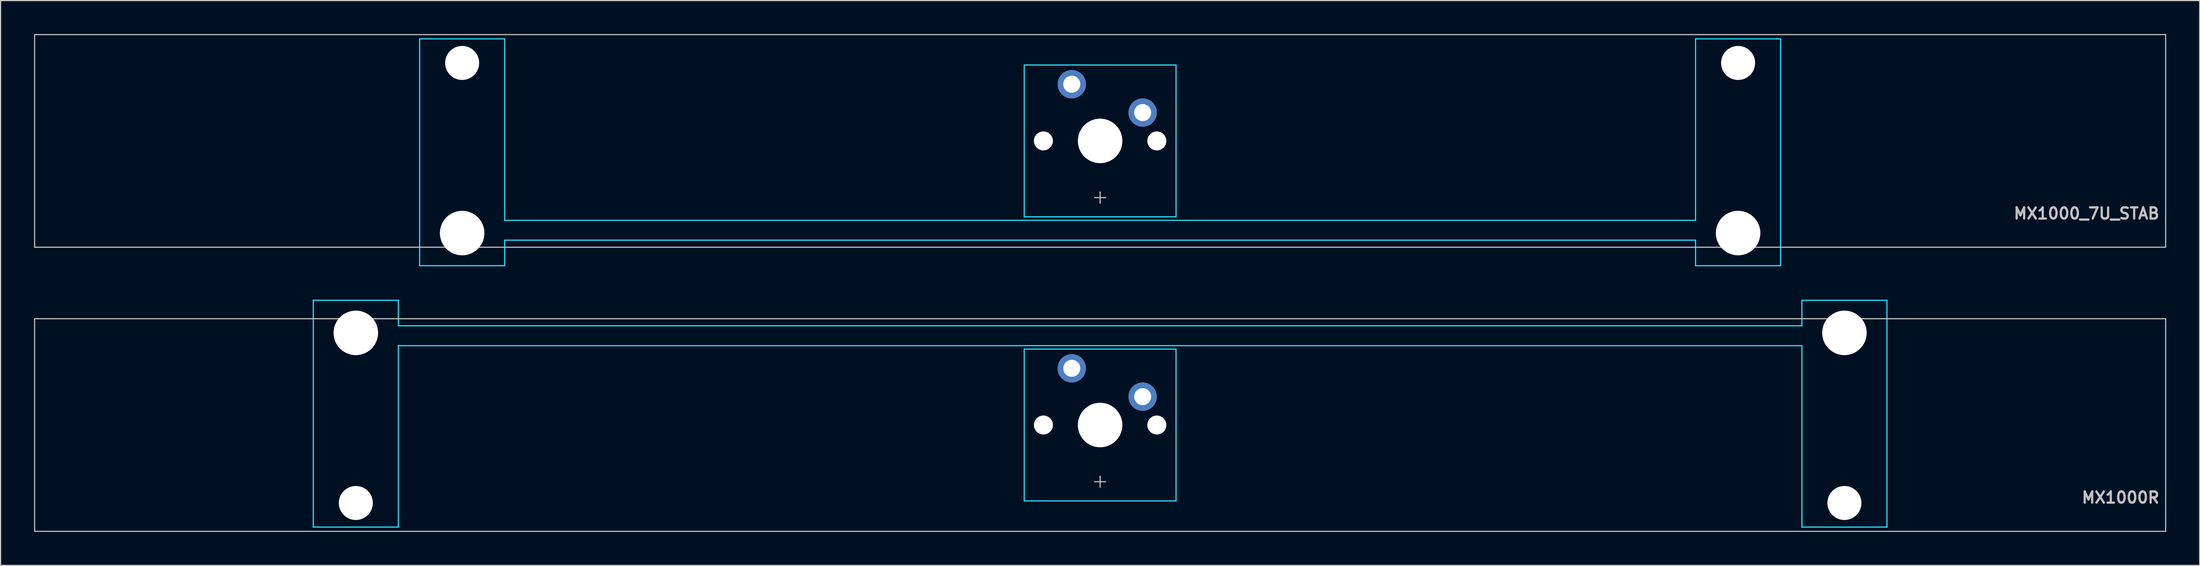
<source format=kicad_pcb>
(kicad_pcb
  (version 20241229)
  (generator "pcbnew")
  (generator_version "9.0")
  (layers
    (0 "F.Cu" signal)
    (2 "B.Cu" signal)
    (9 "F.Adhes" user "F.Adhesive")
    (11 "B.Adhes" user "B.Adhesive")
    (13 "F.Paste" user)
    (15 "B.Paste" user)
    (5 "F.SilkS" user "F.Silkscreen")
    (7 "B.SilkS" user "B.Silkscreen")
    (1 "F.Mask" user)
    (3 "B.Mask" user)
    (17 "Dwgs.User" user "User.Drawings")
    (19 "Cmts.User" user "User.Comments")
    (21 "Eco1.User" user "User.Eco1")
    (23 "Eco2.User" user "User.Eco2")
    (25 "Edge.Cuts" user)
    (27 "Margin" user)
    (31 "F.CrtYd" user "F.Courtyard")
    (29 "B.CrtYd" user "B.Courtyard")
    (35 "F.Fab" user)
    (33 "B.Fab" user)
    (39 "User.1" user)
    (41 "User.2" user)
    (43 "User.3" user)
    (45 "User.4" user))
  (footprint "MX1000_7U_STAB"
    (layer "F.Cu")
    (at 95.5 9.575)
    (property "Reference" "MX1000_7U_STAB" (at 95 6.5 0) (unlocked yes) (layer "Dwgs.User") (effects (font (size 1 1) (thickness 0.2)) (justify right)))
    (attr smd)
    (fp_line (start -95.45 -9.525) (end -95.45 9.525) (stroke (width 0.1) (type solid)) (layer "Dwgs.User"))
    (fp_line (start -95.45 -9.525) (end 95.45 -9.525) (stroke (width 0.1) (type solid)) (layer "Dwgs.User"))
    (fp_line (start -95.45 9.525) (end 95.45 9.525) (stroke (width 0.1) (type solid)) (layer "Dwgs.User"))
    (fp_line (start -0.5 5.08) (end 0.5 5.08) (stroke (width 0.1) (type solid)) (layer "Dwgs.User"))
    (fp_line (start 0 5.58) (end 0 4.58) (stroke (width 0.1) (type solid)) (layer "Dwgs.User"))
    (fp_line (start 95.45 -9.525) (end 95.45 9.525) (stroke (width 0.1) (type solid)) (layer "Dwgs.User"))
    (fp_line (start -60.65 -5.485) (end -60.65 8.515) (stroke (width 0.1) (type solid)) (layer "Eco1.User"))
    (fp_line (start -60.15 -5.985) (end -54.15 -5.985) (stroke (width 0.1) (type solid)) (layer "Eco1.User"))
    (fp_line (start -54.15 9.015) (end -60.15 9.015) (stroke (width 0.1) (type solid)) (layer "Eco1.User"))
    (fp_line (start -53.65 8.515) (end -53.65 -5.485) (stroke (width 0.1) (type solid)) (layer "Eco1.User"))
    (fp_line (start -7 -6.5) (end -7 6.5) (stroke (width 0.1) (type solid)) (layer "Eco1.User"))
    (fp_line (start -6.5 7) (end 6.5 7) (stroke (width 0.1) (type solid)) (layer "Eco1.User"))
    (fp_line (start 6.5 -7) (end -6.5 -7) (stroke (width 0.1) (type solid)) (layer "Eco1.User"))
    (fp_line (start 7 6.5) (end 7 -6.5) (stroke (width 0.1) (type solid)) (layer "Eco1.User"))
    (fp_line (start 53.65 -5.485) (end 53.65 8.515) (stroke (width 0.1) (type solid)) (layer "Eco1.User"))
    (fp_line (start 54.15 -5.985) (end 60.15 -5.985) (stroke (width 0.1) (type solid)) (layer "Eco1.User"))
    (fp_line (start 60.15 9.015) (end 54.15 9.015) (stroke (width 0.1) (type solid)) (layer "Eco1.User"))
    (fp_line (start 60.65 8.515) (end 60.65 -5.485) (stroke (width 0.1) (type solid)) (layer "Eco1.User"))
    (fp_arc (start -60.65 -5.485) (mid -60.503553 -5.838553) (end -60.15 -5.985) (stroke (width 0.1) (type solid)) (layer "Eco1.User"))
    (fp_arc (start -60.15 9.015) (mid -60.503553 8.868553) (end -60.65 8.515) (stroke (width 0.1) (type solid)) (layer "Eco1.User"))
    (fp_arc (start -54.15 -5.985) (mid -53.796447 -5.838553) (end -53.65 -5.485) (stroke (width 0.1) (type solid)) (layer "Eco1.User"))
    (fp_arc (start -53.65 8.515) (mid -53.796447 8.868553) (end -54.15 9.015) (stroke (width 0.1) (type solid)) (layer "Eco1.User"))
    (fp_arc (start -7 -6.5) (mid -6.853553 -6.853553) (end -6.5 -7) (stroke (width 0.1) (type solid)) (layer "Eco1.User"))
    (fp_arc (start -6.5 7) (mid -6.853553 6.853553) (end -7 6.5) (stroke (width 0.1) (type solid)) (layer "Eco1.User"))
    (fp_arc (start 6.5 -7) (mid 6.853553 -6.853553) (end 7 -6.5) (stroke (width 0.1) (type solid)) (layer "Eco1.User"))
    (fp_arc (start 7 6.5) (mid 6.853553 6.853553) (end 6.5 7) (stroke (width 0.1) (type solid)) (layer "Eco1.User"))
    (fp_arc (start 53.65 -5.485) (mid 53.796447 -5.838553) (end 54.15 -5.985) (stroke (width 0.1) (type solid)) (layer "Eco1.User"))
    (fp_arc (start 54.15 9.015) (mid 53.796447 8.868553) (end 53.65 8.515) (stroke (width 0.1) (type solid)) (layer "Eco1.User"))
    (fp_arc (start 60.15 -5.985) (mid 60.503553 -5.838553) (end 60.65 -5.485) (stroke (width 0.1) (type solid)) (layer "Eco1.User"))
    (fp_arc (start 60.65 8.515) (mid 60.503553 8.868553) (end 60.15 9.015) (stroke (width 0.1) (type solid)) (layer "Eco1.User"))
    (fp_line (start -60.96 -9.144) (end -60.96 11.176) (stroke (width 0.1) (type solid)) (layer "B.CrtYd"))
    (fp_line (start -60.96 -9.144) (end -53.34 -9.144) (stroke (width 0.1) (type solid)) (layer "B.CrtYd"))
    (fp_line (start -60.96 11.176) (end -53.34 11.176) (stroke (width 0.1) (type solid)) (layer "B.CrtYd"))
    (fp_line (start -53.34 7.112) (end -53.34 -9.144) (stroke (width 0.1) (type solid)) (layer "B.CrtYd"))
    (fp_line (start -53.34 7.112) (end 53.34 7.112) (stroke (width 0.1) (type solid)) (layer "B.CrtYd"))
    (fp_line (start -53.34 8.89) (end -53.34 11.176) (stroke (width 0.1) (type solid)) (layer "B.CrtYd"))
    (fp_line (start -53.34 8.89) (end 53.34 8.89) (stroke (width 0.1) (type solid)) (layer "B.CrtYd"))
    (fp_line (start -6.8 -6.8) (end -6.8 6.8) (stroke (width 0.1) (type solid)) (layer "B.CrtYd"))
    (fp_line (start -6.8 -6.8) (end 6.8 -6.8) (stroke (width 0.1) (type solid)) (layer "B.CrtYd"))
    (fp_line (start -6.8 6.8) (end 6.8 6.8) (stroke (width 0.1) (type solid)) (layer "B.CrtYd"))
    (fp_line (start 6.8 6.8) (end 6.8 -6.8) (stroke (width 0.1) (type solid)) (layer "B.CrtYd"))
    (fp_line (start 53.34 -9.144) (end 60.96 -9.144) (stroke (width 0.1) (type solid)) (layer "B.CrtYd"))
    (fp_line (start 53.34 7.112) (end 53.34 -9.144) (stroke (width 0.1) (type solid)) (layer "B.CrtYd"))
    (fp_line (start 53.34 8.89) (end 53.34 11.176) (stroke (width 0.1) (type solid)) (layer "B.CrtYd"))
    (fp_line (start 53.34 11.176) (end 60.96 11.176) (stroke (width 0.1) (type solid)) (layer "B.CrtYd"))
    (fp_line (start 60.96 -9.144) (end 60.96 11.176) (stroke (width 0.1) (type solid)) (layer "B.CrtYd"))
    (pad "" np_thru_hole circle (at -57.15 -6.985 180) (size 3.048 3.048) (drill 3.048) (layers "*.Cu" "*.Mask"))
    (pad "" np_thru_hole circle (at -57.15 8.255 180) (size 3.988 3.988) (drill 3.988) (layers "*.Cu" "*.Mask"))
    (pad "" np_thru_hole circle (at -5.08 0) (size 1.702 1.702) (drill 1.702) (layers "*.Cu" "*.Mask"))
    (pad "" connect circle (at -2.54 -5.08) (size 1.524 1.524) (layers "B.Mask"))
    (pad "" np_thru_hole circle (at 0 0) (size 3.988 3.988) (drill 3.988) (layers "*.Cu" "*.Mask"))
    (pad "" connect circle (at 3.81 -2.54) (size 1.524 1.524) (layers "B.Mask"))
    (pad "" np_thru_hole circle (at 5.08 0) (size 1.702 1.702) (drill 1.702) (layers "*.Cu" "*.Mask"))
    (pad "" np_thru_hole circle (at 57.15 -6.985 180) (size 3.048 3.048) (drill 3.048) (layers "*.Cu" "*.Mask"))
    (pad "" np_thru_hole circle (at 57.15 8.255 180) (size 3.988 3.988) (drill 3.988) (layers "*.Cu" "*.Mask"))
    (pad "1" thru_hole circle (at -2.54 -5.08) (size 2.54 2.54) (drill 1.524) (layers "*.Cu" "F.Mask"))
    (pad "2" thru_hole circle (at 3.81 -2.54) (size 2.54 2.54) (drill 1.524) (layers "*.Cu" "F.Mask")))
  (footprint "MX1000R"
    (layer "F.Cu")
    (at 95.5 35.027)
    (property "Reference" "MX1000R" (at 95 6.5 0) (unlocked yes) (layer "Dwgs.User") (effects (font (size 1 1) (thickness 0.2)) (justify right)))
    (attr smd)
    (fp_line (start -95.45 -9.525) (end -95.45 9.525) (stroke (width 0.1) (type solid)) (layer "Dwgs.User"))
    (fp_line (start -95.45 -9.525) (end 95.45 -9.525) (stroke (width 0.1) (type solid)) (layer "Dwgs.User"))
    (fp_line (start -95.45 9.525) (end 95.45 9.525) (stroke (width 0.1) (type solid)) (layer "Dwgs.User"))
    (fp_line (start -0.5 5.08) (end 0.5 5.08) (stroke (width 0.1) (type solid)) (layer "Dwgs.User"))
    (fp_line (start 0 5.58) (end 0 4.58) (stroke (width 0.1) (type solid)) (layer "Dwgs.User"))
    (fp_line (start 95.45 -9.525) (end 95.45 9.525) (stroke (width 0.1) (type solid)) (layer "Dwgs.User"))
    (fp_line (start -70.175 -8.515) (end -70.175 5.485) (stroke (width 0.1) (type solid)) (layer "Eco1.User"))
    (fp_line (start -69.675 -9.015) (end -63.675 -9.015) (stroke (width 0.1) (type solid)) (layer "Eco1.User"))
    (fp_line (start -63.675 5.985) (end -69.675 5.985) (stroke (width 0.1) (type solid)) (layer "Eco1.User"))
    (fp_line (start -63.175 5.485) (end -63.175 -8.515) (stroke (width 0.1) (type solid)) (layer "Eco1.User"))
    (fp_line (start -7 -6.5) (end -7 6.5) (stroke (width 0.1) (type solid)) (layer "Eco1.User"))
    (fp_line (start -6.5 7) (end 6.5 7) (stroke (width 0.1) (type solid)) (layer "Eco1.User"))
    (fp_line (start 6.5 -7) (end -6.5 -7) (stroke (width 0.1) (type solid)) (layer "Eco1.User"))
    (fp_line (start 7 6.5) (end 7 -6.5) (stroke (width 0.1) (type solid)) (layer "Eco1.User"))
    (fp_line (start 63.175 -8.515) (end 63.175 5.485) (stroke (width 0.1) (type solid)) (layer "Eco1.User"))
    (fp_line (start 63.675 -9.015) (end 69.675 -9.015) (stroke (width 0.1) (type solid)) (layer "Eco1.User"))
    (fp_line (start 69.675 5.985) (end 63.675 5.985) (stroke (width 0.1) (type solid)) (layer "Eco1.User"))
    (fp_line (start 70.175 5.485) (end 70.175 -8.515) (stroke (width 0.1) (type solid)) (layer "Eco1.User"))
    (fp_arc (start -70.175 -8.515) (mid -70.028553 -8.868553) (end -69.675 -9.015) (stroke (width 0.1) (type solid)) (layer "Eco1.User"))
    (fp_arc (start -69.675 5.985) (mid -70.028553 5.838553) (end -70.175 5.485) (stroke (width 0.1) (type solid)) (layer "Eco1.User"))
    (fp_arc (start -63.675 -9.015) (mid -63.321447 -8.868553) (end -63.175 -8.515) (stroke (width 0.1) (type solid)) (layer "Eco1.User"))
    (fp_arc (start -63.175 5.485) (mid -63.321447 5.838553) (end -63.675 5.985) (stroke (width 0.1) (type solid)) (layer "Eco1.User"))
    (fp_arc (start -7 -6.5) (mid -6.853553 -6.853553) (end -6.5 -7) (stroke (width 0.1) (type solid)) (layer "Eco1.User"))
    (fp_arc (start -6.5 7) (mid -6.853553 6.853553) (end -7 6.5) (stroke (width 0.1) (type solid)) (layer "Eco1.User"))
    (fp_arc (start 6.5 -7) (mid 6.853553 -6.853553) (end 7 -6.5) (stroke (width 0.1) (type solid)) (layer "Eco1.User"))
    (fp_arc (start 7 6.5) (mid 6.853553 6.853553) (end 6.5 7) (stroke (width 0.1) (type solid)) (layer "Eco1.User"))
    (fp_arc (start 63.175 -8.515) (mid 63.321447 -8.868553) (end 63.675 -9.015) (stroke (width 0.1) (type solid)) (layer "Eco1.User"))
    (fp_arc (start 63.675 5.985) (mid 63.321447 5.838553) (end 63.175 5.485) (stroke (width 0.1) (type solid)) (layer "Eco1.User"))
    (fp_arc (start 69.675 -9.015) (mid 70.028553 -8.868553) (end 70.175 -8.515) (stroke (width 0.1) (type solid)) (layer "Eco1.User"))
    (fp_arc (start 70.175 5.485) (mid 70.028553 5.838553) (end 69.675 5.985) (stroke (width 0.1) (type solid)) (layer "Eco1.User"))
    (fp_line (start -70.485 9.144) (end -70.485 -11.176) (stroke (width 0.1) (type solid)) (layer "B.CrtYd"))
    (fp_line (start -62.865 -11.176) (end -70.485 -11.176) (stroke (width 0.1) (type solid)) (layer "B.CrtYd"))
    (fp_line (start -62.865 -8.89) (end -62.865 -11.176) (stroke (width 0.1) (type solid)) (layer "B.CrtYd"))
    (fp_line (start -62.865 -7.112) (end -62.865 9.144) (stroke (width 0.1) (type solid)) (layer "B.CrtYd"))
    (fp_line (start -62.865 9.144) (end -70.485 9.144) (stroke (width 0.1) (type solid)) (layer "B.CrtYd"))
    (fp_line (start -6.8 -6.8) (end -6.8 6.8) (stroke (width 0.1) (type solid)) (layer "B.CrtYd"))
    (fp_line (start -6.8 -6.8) (end 6.8 -6.8) (stroke (width 0.1) (type solid)) (layer "B.CrtYd"))
    (fp_line (start -6.8 6.8) (end 6.8 6.8) (stroke (width 0.1) (type solid)) (layer "B.CrtYd"))
    (fp_line (start 6.8 6.8) (end 6.8 -6.8) (stroke (width 0.1) (type solid)) (layer "B.CrtYd"))
    (fp_line (start 62.865 -8.89) (end -62.865 -8.89) (stroke (width 0.1) (type solid)) (layer "B.CrtYd"))
    (fp_line (start 62.865 -8.89) (end 62.865 -11.176) (stroke (width 0.1) (type solid)) (layer "B.CrtYd"))
    (fp_line (start 62.865 -7.112) (end -62.865 -7.112) (stroke (width 0.1) (type solid)) (layer "B.CrtYd"))
    (fp_line (start 62.865 -7.112) (end 62.865 9.144) (stroke (width 0.1) (type solid)) (layer "B.CrtYd"))
    (fp_line (start 70.485 -11.176) (end 62.865 -11.176) (stroke (width 0.1) (type solid)) (layer "B.CrtYd"))
    (fp_line (start 70.485 9.144) (end 62.865 9.144) (stroke (width 0.1) (type solid)) (layer "B.CrtYd"))
    (fp_line (start 70.485 9.144) (end 70.485 -11.176) (stroke (width 0.1) (type solid)) (layer "B.CrtYd"))
    (pad "" np_thru_hole circle (at -66.675 -8.255) (size 3.988 3.988) (drill 3.988) (layers "*.Cu" "*.Mask"))
    (pad "" np_thru_hole circle (at -66.675 6.985) (size 3.048 3.048) (drill 3.048) (layers "*.Cu" "*.Mask"))
    (pad "" np_thru_hole circle (at -5.08 0) (size 1.702 1.702) (drill 1.702) (layers "*.Cu" "*.Mask"))
    (pad "" connect circle (at -2.54 -5.08) (size 1.524 1.524) (layers "B.Mask"))
    (pad "" np_thru_hole circle (at 0 0 180) (size 3.988 3.988) (drill 3.988) (layers "*.Cu" "*.Mask"))
    (pad "" connect circle (at 3.81 -2.54) (size 1.524 1.524) (layers "B.Mask"))
    (pad "" np_thru_hole circle (at 5.08 0) (size 1.702 1.702) (drill 1.702) (layers "*.Cu" "*.Mask"))
    (pad "" np_thru_hole circle (at 66.675 -8.255) (size 3.988 3.988) (drill 3.988) (layers "*.Cu" "*.Mask"))
    (pad "" np_thru_hole circle (at 66.675 6.985) (size 3.048 3.048) (drill 3.048) (layers "*.Cu" "*.Mask"))
    (pad "1" thru_hole circle (at -2.54 -5.08) (size 2.54 2.54) (drill 1.524) (layers "*.Cu" "F.Mask"))
    (pad "2" thru_hole circle (at 3.81 -2.54) (size 2.54 2.54) (drill 1.524) (layers "*.Cu" "F.Mask")))
  (gr_rect
    (start -3 -3)
    (end 194 47.602)
    (stroke (width 0.1) (type default))
    (fill no)
    (layer "Edge.Cuts")))
</source>
